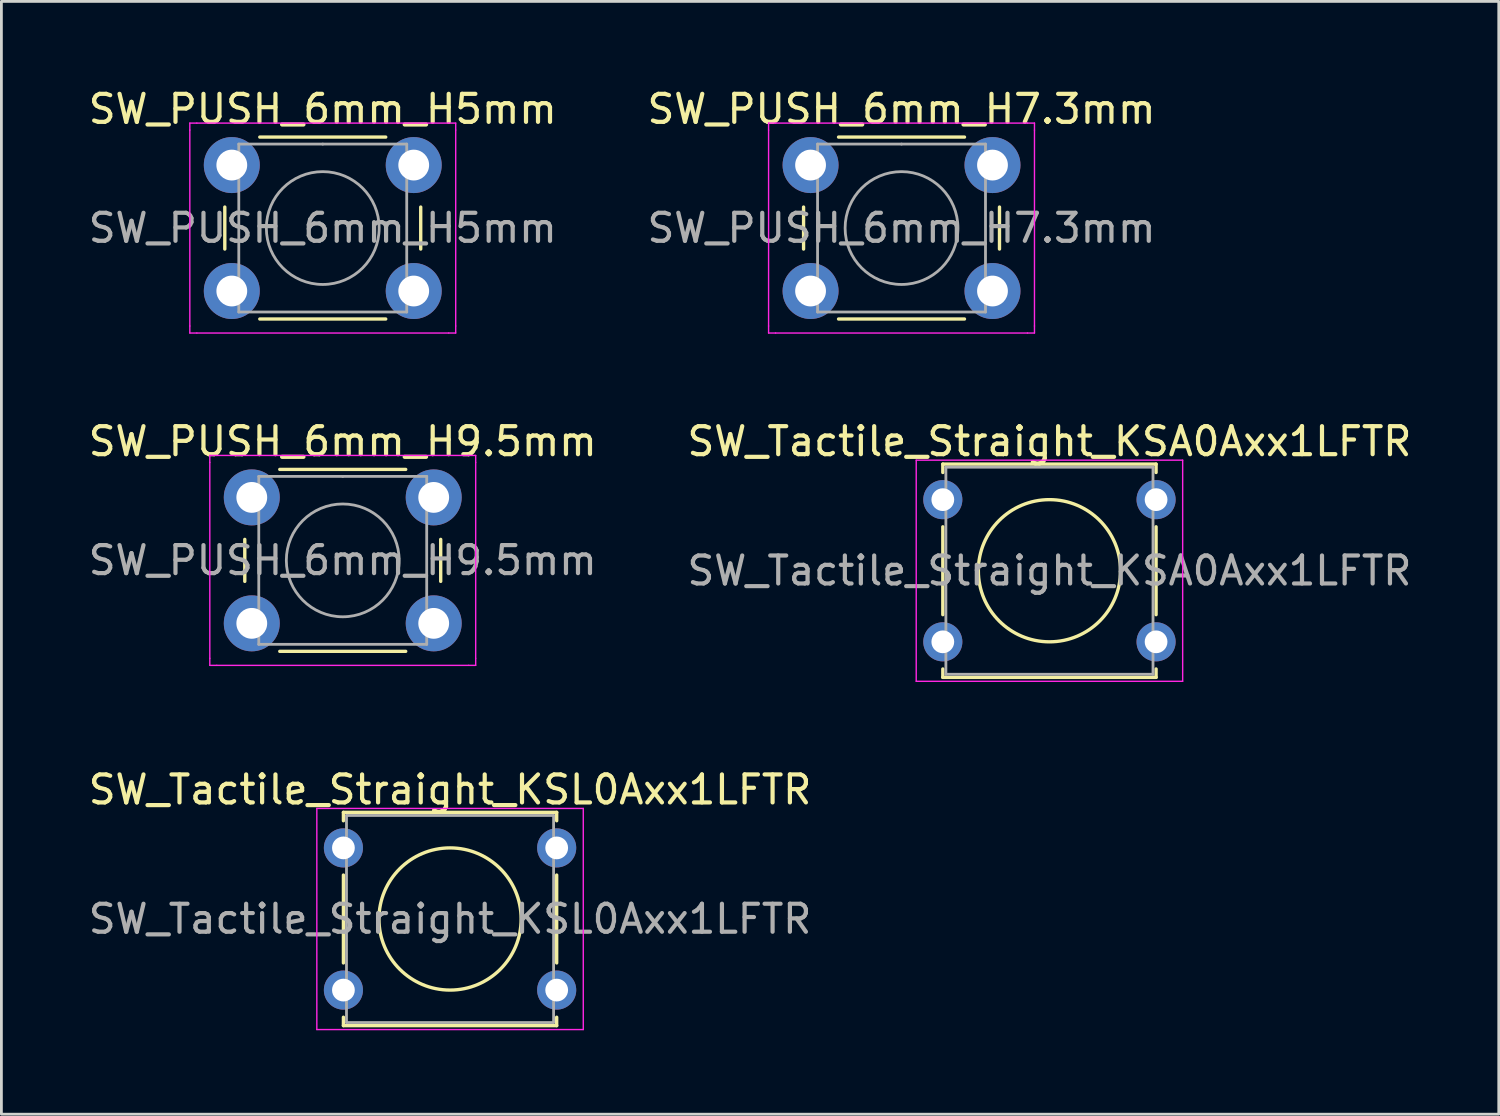
<source format=kicad_pcb>
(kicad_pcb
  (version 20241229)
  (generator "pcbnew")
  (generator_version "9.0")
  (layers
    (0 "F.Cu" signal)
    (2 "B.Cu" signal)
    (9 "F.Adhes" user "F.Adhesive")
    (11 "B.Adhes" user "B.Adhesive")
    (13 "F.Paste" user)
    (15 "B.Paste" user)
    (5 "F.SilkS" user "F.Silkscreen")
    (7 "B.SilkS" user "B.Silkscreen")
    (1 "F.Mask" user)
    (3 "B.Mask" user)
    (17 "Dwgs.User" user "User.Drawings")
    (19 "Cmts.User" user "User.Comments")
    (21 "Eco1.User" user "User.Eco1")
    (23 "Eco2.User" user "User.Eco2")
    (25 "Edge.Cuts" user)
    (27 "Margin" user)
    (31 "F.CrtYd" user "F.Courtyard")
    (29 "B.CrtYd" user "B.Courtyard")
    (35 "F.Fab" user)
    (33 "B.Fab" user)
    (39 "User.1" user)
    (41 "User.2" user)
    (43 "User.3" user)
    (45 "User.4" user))
  (footprint "SW_Tactile_Straight_KSL0Axx1LFTR"
    (layer "F.Cu")
    (at 9.22 27.245)
    (property "Reference" "SW_Tactile_Straight_KSL0Axx1LFTR" (at 3.81 -2.08 0) (layer "F.SilkS") (effects (font (size 1 1) (thickness 0.15))))
    (attr through_hole)
    (fp_line (start 0 -1.27) (end 0 -0.97) (stroke (width 0.12) (type solid)) (layer "F.SilkS"))
    (fp_line (start 0 -1.27) (end 7.62 -1.27) (stroke (width 0.12) (type solid)) (layer "F.SilkS"))
    (fp_line (start 0 0.97) (end 0 4.11) (stroke (width 0.12) (type solid)) (layer "F.SilkS"))
    (fp_line (start 0 6.05) (end 0 6.35) (stroke (width 0.12) (type solid)) (layer "F.SilkS"))
    (fp_line (start 7.62 -1.27) (end 7.62 -0.97) (stroke (width 0.12) (type solid)) (layer "F.SilkS"))
    (fp_line (start 7.62 0.97) (end 7.62 4.11) (stroke (width 0.12) (type solid)) (layer "F.SilkS"))
    (fp_line (start 7.62 6.05) (end 7.62 6.35) (stroke (width 0.12) (type solid)) (layer "F.SilkS"))
    (fp_line (start 7.62 6.35) (end 0 6.35) (stroke (width 0.12) (type solid)) (layer "F.SilkS"))
    (fp_circle (center 3.81 2.54) (end 3.81 0) (stroke (width 0.12) (type solid)) (fill no) (layer "F.SilkS"))
    (fp_line (start -0.95 -1.41) (end -0.95 6.49) (stroke (width 0.05) (type solid)) (layer "F.CrtYd"))
    (fp_line (start -0.95 -1.41) (end 8.57 -1.41) (stroke (width 0.05) (type solid)) (layer "F.CrtYd"))
    (fp_line (start 8.57 6.49) (end -0.95 6.49) (stroke (width 0.05) (type solid)) (layer "F.CrtYd"))
    (fp_line (start 8.57 6.49) (end 8.57 -1.41) (stroke (width 0.05) (type solid)) (layer "F.CrtYd"))
    (fp_line (start 0.11 -1.16) (end 7.51 -1.16) (stroke (width 0.1) (type solid)) (layer "F.Fab"))
    (fp_line (start 0.11 6.24) (end 0.11 -1.16) (stroke (width 0.1) (type solid)) (layer "F.Fab"))
    (fp_line (start 7.51 -1.16) (end 7.51 6.24) (stroke (width 0.1) (type solid)) (layer "F.Fab"))
    (fp_line (start 7.51 6.24) (end 0.11 6.24) (stroke (width 0.1) (type solid)) (layer "F.Fab"))
    (fp_text user "${REFERENCE}" (at 3.81 2.54 0) (layer "F.Fab") (effects (font (size 1 1) (thickness 0.15))))
    (pad "1" thru_hole circle (at 0 0) (size 1.397 1.397) (drill 0.813) (layers "*.Cu" "*.Mask"))
    (pad "1" thru_hole circle (at 7.62 0) (size 1.397 1.397) (drill 0.813) (layers "*.Cu" "*.Mask"))
    (pad "2" thru_hole circle (at 0 5.08) (size 1.397 1.397) (drill 0.813) (layers "*.Cu" "*.Mask"))
    (pad "2" thru_hole circle (at 7.62 5.08) (size 1.397 1.397) (drill 0.813) (layers "*.Cu" "*.Mask")))
  (footprint "SW_PUSH_6mm_H7.3mm"
    (layer "F.Cu")
    (at 25.911 2.848)
    (property "Reference" "SW_PUSH_6mm_H7.3mm" (at 3.25 -2 0) (layer "F.SilkS") (effects (font (size 1 1) (thickness 0.15))))
    (attr through_hole)
    (fp_line (start -0.25 1.5) (end -0.25 3) (stroke (width 0.12) (type solid)) (layer "F.SilkS"))
    (fp_line (start 1 5.5) (end 5.5 5.5) (stroke (width 0.12) (type solid)) (layer "F.SilkS"))
    (fp_line (start 5.5 -1) (end 1 -1) (stroke (width 0.12) (type solid)) (layer "F.SilkS"))
    (fp_line (start 6.75 3) (end 6.75 1.5) (stroke (width 0.12) (type solid)) (layer "F.SilkS"))
    (fp_line (start -1.5 -1.5) (end -1.25 -1.5) (stroke (width 0.05) (type solid)) (layer "F.CrtYd"))
    (fp_line (start -1.5 -1.25) (end -1.5 -1.5) (stroke (width 0.05) (type solid)) (layer "F.CrtYd"))
    (fp_line (start -1.5 5.75) (end -1.5 -1.25) (stroke (width 0.05) (type solid)) (layer "F.CrtYd"))
    (fp_line (start -1.5 5.75) (end -1.5 6) (stroke (width 0.05) (type solid)) (layer "F.CrtYd"))
    (fp_line (start -1.5 6) (end -1.25 6) (stroke (width 0.05) (type solid)) (layer "F.CrtYd"))
    (fp_line (start -1.25 -1.5) (end 7.75 -1.5) (stroke (width 0.05) (type solid)) (layer "F.CrtYd"))
    (fp_line (start 7.75 -1.5) (end 8 -1.5) (stroke (width 0.05) (type solid)) (layer "F.CrtYd"))
    (fp_line (start 7.75 6) (end -1.25 6) (stroke (width 0.05) (type solid)) (layer "F.CrtYd"))
    (fp_line (start 7.75 6) (end 8 6) (stroke (width 0.05) (type solid)) (layer "F.CrtYd"))
    (fp_line (start 8 -1.5) (end 8 -1.25) (stroke (width 0.05) (type solid)) (layer "F.CrtYd"))
    (fp_line (start 8 -1.25) (end 8 5.75) (stroke (width 0.05) (type solid)) (layer "F.CrtYd"))
    (fp_line (start 8 6) (end 8 5.75) (stroke (width 0.05) (type solid)) (layer "F.CrtYd"))
    (fp_line (start 0.25 -0.75) (end 3.25 -0.75) (stroke (width 0.1) (type solid)) (layer "F.Fab"))
    (fp_line (start 0.25 5.25) (end 0.25 -0.75) (stroke (width 0.1) (type solid)) (layer "F.Fab"))
    (fp_line (start 3.25 -0.75) (end 6.25 -0.75) (stroke (width 0.1) (type solid)) (layer "F.Fab"))
    (fp_line (start 6.25 -0.75) (end 6.25 5.25) (stroke (width 0.1) (type solid)) (layer "F.Fab"))
    (fp_line (start 6.25 5.25) (end 0.25 5.25) (stroke (width 0.1) (type solid)) (layer "F.Fab"))
    (fp_circle (center 3.25 2.25) (end 1.25 2.5) (stroke (width 0.1) (type solid)) (fill no) (layer "F.Fab"))
    (fp_text user "${REFERENCE}" (at 3.25 2.25 0) (layer "F.Fab") (effects (font (size 1 1) (thickness 0.15))))
    (pad "1" thru_hole circle (at 0 0 90) (size 2 2) (drill 1.1) (layers "*.Cu" "*.Mask"))
    (pad "1" thru_hole circle (at 6.5 0 90) (size 2 2) (drill 1.1) (layers "*.Cu" "*.Mask"))
    (pad "2" thru_hole circle (at 0 4.5 90) (size 2 2) (drill 1.1) (layers "*.Cu" "*.Mask"))
    (pad "2" thru_hole circle (at 6.5 4.5 90) (size 2 2) (drill 1.1) (layers "*.Cu" "*.Mask")))
  (footprint "SW_PUSH_6mm_H5mm"
    (layer "F.Cu")
    (at 5.232 2.848)
    (property "Reference" "SW_PUSH_6mm_H5mm" (at 3.25 -2 0) (layer "F.SilkS") (effects (font (size 1 1) (thickness 0.15))))
    (attr through_hole)
    (fp_line (start -0.25 1.5) (end -0.25 3) (stroke (width 0.12) (type solid)) (layer "F.SilkS"))
    (fp_line (start 1 5.5) (end 5.5 5.5) (stroke (width 0.12) (type solid)) (layer "F.SilkS"))
    (fp_line (start 5.5 -1) (end 1 -1) (stroke (width 0.12) (type solid)) (layer "F.SilkS"))
    (fp_line (start 6.75 3) (end 6.75 1.5) (stroke (width 0.12) (type solid)) (layer "F.SilkS"))
    (fp_line (start -1.5 -1.5) (end -1.25 -1.5) (stroke (width 0.05) (type solid)) (layer "F.CrtYd"))
    (fp_line (start -1.5 -1.25) (end -1.5 -1.5) (stroke (width 0.05) (type solid)) (layer "F.CrtYd"))
    (fp_line (start -1.5 5.75) (end -1.5 -1.25) (stroke (width 0.05) (type solid)) (layer "F.CrtYd"))
    (fp_line (start -1.5 5.75) (end -1.5 6) (stroke (width 0.05) (type solid)) (layer "F.CrtYd"))
    (fp_line (start -1.5 6) (end -1.25 6) (stroke (width 0.05) (type solid)) (layer "F.CrtYd"))
    (fp_line (start -1.25 -1.5) (end 7.75 -1.5) (stroke (width 0.05) (type solid)) (layer "F.CrtYd"))
    (fp_line (start 7.75 -1.5) (end 8 -1.5) (stroke (width 0.05) (type solid)) (layer "F.CrtYd"))
    (fp_line (start 7.75 6) (end -1.25 6) (stroke (width 0.05) (type solid)) (layer "F.CrtYd"))
    (fp_line (start 7.75 6) (end 8 6) (stroke (width 0.05) (type solid)) (layer "F.CrtYd"))
    (fp_line (start 8 -1.5) (end 8 -1.25) (stroke (width 0.05) (type solid)) (layer "F.CrtYd"))
    (fp_line (start 8 -1.25) (end 8 5.75) (stroke (width 0.05) (type solid)) (layer "F.CrtYd"))
    (fp_line (start 8 6) (end 8 5.75) (stroke (width 0.05) (type solid)) (layer "F.CrtYd"))
    (fp_line (start 0.25 -0.75) (end 3.25 -0.75) (stroke (width 0.1) (type solid)) (layer "F.Fab"))
    (fp_line (start 0.25 5.25) (end 0.25 -0.75) (stroke (width 0.1) (type solid)) (layer "F.Fab"))
    (fp_line (start 3.25 -0.75) (end 6.25 -0.75) (stroke (width 0.1) (type solid)) (layer "F.Fab"))
    (fp_line (start 6.25 -0.75) (end 6.25 5.25) (stroke (width 0.1) (type solid)) (layer "F.Fab"))
    (fp_line (start 6.25 5.25) (end 0.25 5.25) (stroke (width 0.1) (type solid)) (layer "F.Fab"))
    (fp_circle (center 3.25 2.25) (end 1.25 2.5) (stroke (width 0.1) (type solid)) (fill no) (layer "F.Fab"))
    (fp_text user "${REFERENCE}" (at 3.25 2.25 0) (layer "F.Fab") (effects (font (size 1 1) (thickness 0.15))))
    (pad "1" thru_hole circle (at 0 0 90) (size 2 2) (drill 1.1) (layers "*.Cu" "*.Mask"))
    (pad "1" thru_hole circle (at 6.5 0 90) (size 2 2) (drill 1.1) (layers "*.Cu" "*.Mask"))
    (pad "2" thru_hole circle (at 0 4.5 90) (size 2 2) (drill 1.1) (layers "*.Cu" "*.Mask"))
    (pad "2" thru_hole circle (at 6.5 4.5 90) (size 2 2) (drill 1.1) (layers "*.Cu" "*.Mask")))
  (footprint "SW_Tactile_Straight_KSA0Axx1LFTR"
    (layer "F.Cu")
    (at 30.636 14.802)
    (property "Reference" "SW_Tactile_Straight_KSA0Axx1LFTR" (at 3.81 -2.08 0) (layer "F.SilkS") (effects (font (size 1 1) (thickness 0.15))))
    (attr through_hole)
    (fp_line (start 0 -1.27) (end 0 -0.97) (stroke (width 0.12) (type solid)) (layer "F.SilkS"))
    (fp_line (start 0 -1.27) (end 7.62 -1.27) (stroke (width 0.12) (type solid)) (layer "F.SilkS"))
    (fp_line (start 0 0.97) (end 0 4.11) (stroke (width 0.12) (type solid)) (layer "F.SilkS"))
    (fp_line (start 0 6.05) (end 0 6.35) (stroke (width 0.12) (type solid)) (layer "F.SilkS"))
    (fp_line (start 7.62 -1.27) (end 7.62 -0.97) (stroke (width 0.12) (type solid)) (layer "F.SilkS"))
    (fp_line (start 7.62 0.97) (end 7.62 4.11) (stroke (width 0.12) (type solid)) (layer "F.SilkS"))
    (fp_line (start 7.62 6.05) (end 7.62 6.35) (stroke (width 0.12) (type solid)) (layer "F.SilkS"))
    (fp_line (start 7.62 6.35) (end 0 6.35) (stroke (width 0.12) (type solid)) (layer "F.SilkS"))
    (fp_circle (center 3.81 2.54) (end 3.81 0) (stroke (width 0.12) (type solid)) (fill no) (layer "F.SilkS"))
    (fp_line (start -0.95 -1.41) (end -0.95 6.49) (stroke (width 0.05) (type solid)) (layer "F.CrtYd"))
    (fp_line (start -0.95 -1.41) (end 8.57 -1.41) (stroke (width 0.05) (type solid)) (layer "F.CrtYd"))
    (fp_line (start 8.57 6.49) (end -0.95 6.49) (stroke (width 0.05) (type solid)) (layer "F.CrtYd"))
    (fp_line (start 8.57 6.49) (end 8.57 -1.41) (stroke (width 0.05) (type solid)) (layer "F.CrtYd"))
    (fp_line (start 0.11 -1.16) (end 7.51 -1.16) (stroke (width 0.1) (type solid)) (layer "F.Fab"))
    (fp_line (start 0.11 6.24) (end 0.11 -1.16) (stroke (width 0.1) (type solid)) (layer "F.Fab"))
    (fp_line (start 7.51 -1.16) (end 7.51 6.24) (stroke (width 0.1) (type solid)) (layer "F.Fab"))
    (fp_line (start 7.51 6.24) (end 0.11 6.24) (stroke (width 0.1) (type solid)) (layer "F.Fab"))
    (fp_text user "${REFERENCE}" (at 3.81 2.54 0) (layer "F.Fab") (effects (font (size 1 1) (thickness 0.15))))
    (pad "1" thru_hole circle (at 0 0) (size 1.397 1.397) (drill 0.813) (layers "*.Cu" "*.Mask"))
    (pad "1" thru_hole circle (at 7.62 0) (size 1.397 1.397) (drill 0.813) (layers "*.Cu" "*.Mask"))
    (pad "2" thru_hole circle (at 0 5.08) (size 1.397 1.397) (drill 0.813) (layers "*.Cu" "*.Mask"))
    (pad "2" thru_hole circle (at 7.62 5.08) (size 1.397 1.397) (drill 0.813) (layers "*.Cu" "*.Mask")))
  (footprint "SW_PUSH_6mm_H9.5mm"
    (layer "F.Cu")
    (at 5.946 14.722)
    (property "Reference" "SW_PUSH_6mm_H9.5mm" (at 3.25 -2 0) (layer "F.SilkS") (effects (font (size 1 1) (thickness 0.15))))
    (attr through_hole)
    (fp_line (start -0.25 1.5) (end -0.25 3) (stroke (width 0.12) (type solid)) (layer "F.SilkS"))
    (fp_line (start 1 5.5) (end 5.5 5.5) (stroke (width 0.12) (type solid)) (layer "F.SilkS"))
    (fp_line (start 5.5 -1) (end 1 -1) (stroke (width 0.12) (type solid)) (layer "F.SilkS"))
    (fp_line (start 6.75 3) (end 6.75 1.5) (stroke (width 0.12) (type solid)) (layer "F.SilkS"))
    (fp_line (start -1.5 -1.5) (end -1.25 -1.5) (stroke (width 0.05) (type solid)) (layer "F.CrtYd"))
    (fp_line (start -1.5 -1.25) (end -1.5 -1.5) (stroke (width 0.05) (type solid)) (layer "F.CrtYd"))
    (fp_line (start -1.5 5.75) (end -1.5 -1.25) (stroke (width 0.05) (type solid)) (layer "F.CrtYd"))
    (fp_line (start -1.5 5.75) (end -1.5 6) (stroke (width 0.05) (type solid)) (layer "F.CrtYd"))
    (fp_line (start -1.5 6) (end -1.25 6) (stroke (width 0.05) (type solid)) (layer "F.CrtYd"))
    (fp_line (start -1.25 -1.5) (end 7.75 -1.5) (stroke (width 0.05) (type solid)) (layer "F.CrtYd"))
    (fp_line (start 7.75 -1.5) (end 8 -1.5) (stroke (width 0.05) (type solid)) (layer "F.CrtYd"))
    (fp_line (start 7.75 6) (end -1.25 6) (stroke (width 0.05) (type solid)) (layer "F.CrtYd"))
    (fp_line (start 7.75 6) (end 8 6) (stroke (width 0.05) (type solid)) (layer "F.CrtYd"))
    (fp_line (start 8 -1.5) (end 8 -1.25) (stroke (width 0.05) (type solid)) (layer "F.CrtYd"))
    (fp_line (start 8 -1.25) (end 8 5.75) (stroke (width 0.05) (type solid)) (layer "F.CrtYd"))
    (fp_line (start 8 6) (end 8 5.75) (stroke (width 0.05) (type solid)) (layer "F.CrtYd"))
    (fp_line (start 0.25 -0.75) (end 3.25 -0.75) (stroke (width 0.1) (type solid)) (layer "F.Fab"))
    (fp_line (start 0.25 5.25) (end 0.25 -0.75) (stroke (width 0.1) (type solid)) (layer "F.Fab"))
    (fp_line (start 3.25 -0.75) (end 6.25 -0.75) (stroke (width 0.1) (type solid)) (layer "F.Fab"))
    (fp_line (start 6.25 -0.75) (end 6.25 5.25) (stroke (width 0.1) (type solid)) (layer "F.Fab"))
    (fp_line (start 6.25 5.25) (end 0.25 5.25) (stroke (width 0.1) (type solid)) (layer "F.Fab"))
    (fp_circle (center 3.25 2.25) (end 1.25 2.5) (stroke (width 0.1) (type solid)) (fill no) (layer "F.Fab"))
    (fp_text user "${REFERENCE}" (at 3.25 2.25 0) (layer "F.Fab") (effects (font (size 1 1) (thickness 0.15))))
    (pad "1" thru_hole circle (at 0 0 90) (size 2 2) (drill 1.1) (layers "*.Cu" "*.Mask"))
    (pad "1" thru_hole circle (at 6.5 0 90) (size 2 2) (drill 1.1) (layers "*.Cu" "*.Mask"))
    (pad "2" thru_hole circle (at 0 4.5 90) (size 2 2) (drill 1.1) (layers "*.Cu" "*.Mask"))
    (pad "2" thru_hole circle (at 6.5 4.5 90) (size 2 2) (drill 1.1) (layers "*.Cu" "*.Mask")))
  (gr_rect
    (start -3 -3)
    (end 50.5 36.76)
    (stroke (width 0.1) (type default))
    (fill no)
    (layer "Edge.Cuts")))
</source>
